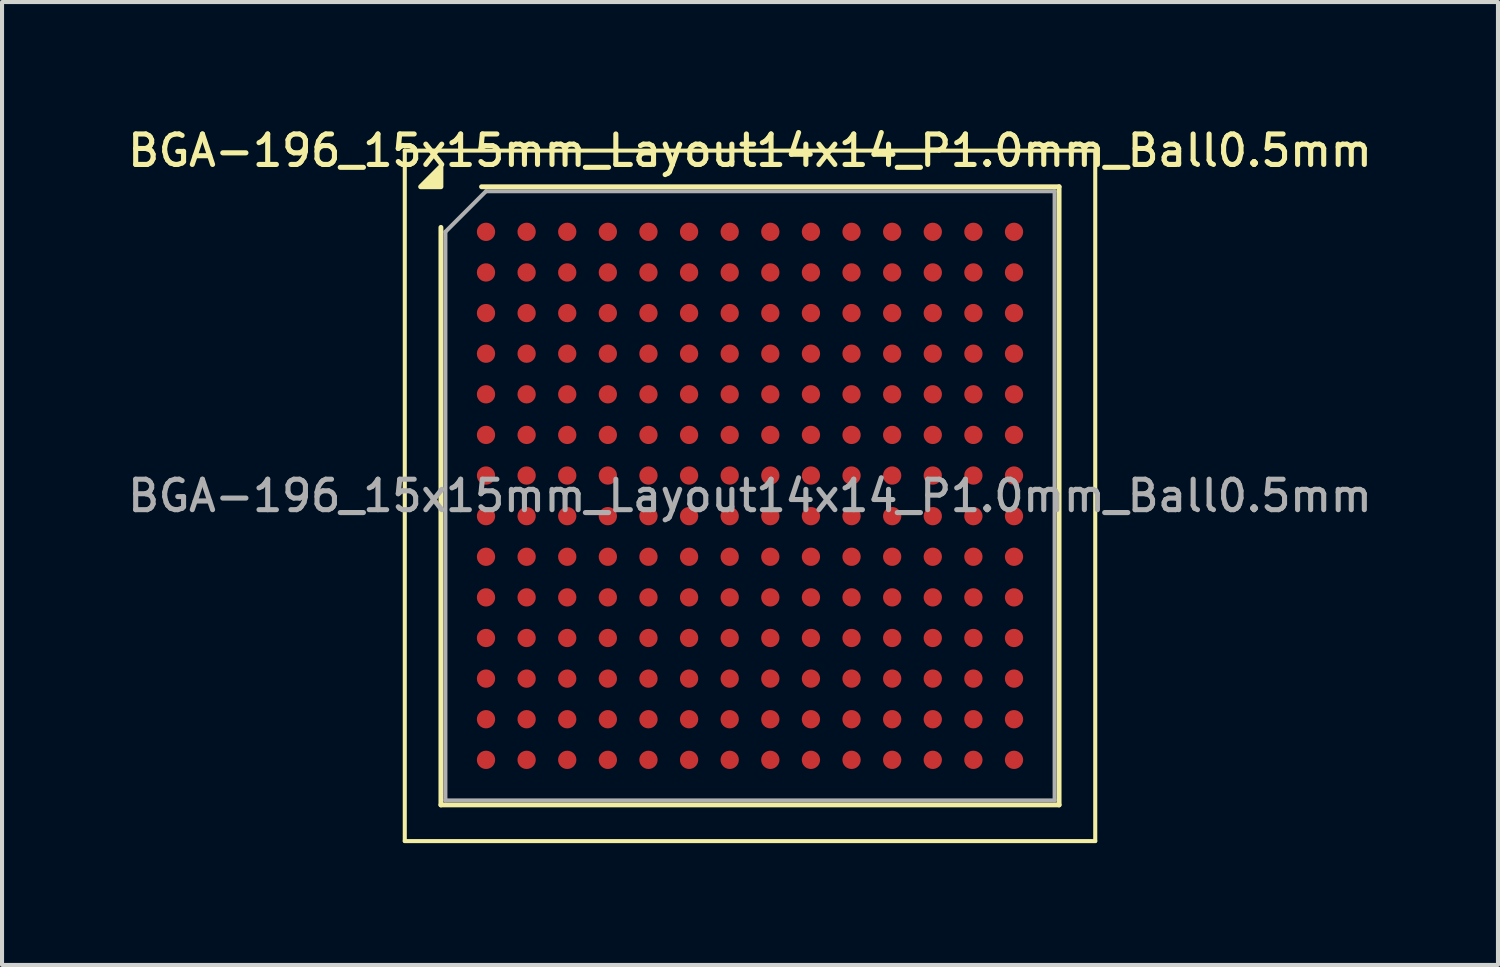
<source format=kicad_pcb>
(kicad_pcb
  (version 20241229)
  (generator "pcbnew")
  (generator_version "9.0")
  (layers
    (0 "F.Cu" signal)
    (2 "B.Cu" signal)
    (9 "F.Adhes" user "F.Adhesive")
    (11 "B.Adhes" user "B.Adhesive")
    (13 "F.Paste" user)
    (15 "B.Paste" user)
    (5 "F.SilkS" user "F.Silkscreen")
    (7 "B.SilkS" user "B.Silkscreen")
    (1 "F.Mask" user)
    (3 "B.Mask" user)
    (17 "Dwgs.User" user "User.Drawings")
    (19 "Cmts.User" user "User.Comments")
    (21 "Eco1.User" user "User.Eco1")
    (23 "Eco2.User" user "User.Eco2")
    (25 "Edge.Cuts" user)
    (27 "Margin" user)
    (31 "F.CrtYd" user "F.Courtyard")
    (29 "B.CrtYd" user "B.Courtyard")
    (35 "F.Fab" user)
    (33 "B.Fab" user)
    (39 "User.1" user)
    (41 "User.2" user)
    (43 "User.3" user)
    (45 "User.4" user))
  (footprint "BGA-196_15x15mm_Layout14x14_P1.0mm_Ball0.5mm"
    (layer "F.Cu")
    (at 15.416 9.158)
    (property "Reference" "BGA-196_15x15mm_Layout14x14_P1.0mm_Ball0.5mm" (at 0 -8.5 0) (layer "F.SilkS") (effects (font (size 0.75 0.75) (thickness 0.125))))
    (attr smd)
    (fp_line (start -8.5 -8.5) (end -8.5 8.5) (stroke (width 0.1) (type solid)) (layer "F.SilkS"))
    (fp_line (start -8.5 8.5) (end 8.5 8.5) (stroke (width 0.1) (type solid)) (layer "F.SilkS"))
    (fp_line (start -7.61 7.61) (end -7.61 -6.61) (stroke (width 0.12) (type solid)) (layer "F.SilkS"))
    (fp_line (start -6.61 -7.61) (end 7.61 -7.61) (stroke (width 0.12) (type solid)) (layer "F.SilkS"))
    (fp_line (start 7.61 -7.61) (end 7.61 7.61) (stroke (width 0.12) (type solid)) (layer "F.SilkS"))
    (fp_line (start 7.61 7.61) (end -7.61 7.61) (stroke (width 0.12) (type solid)) (layer "F.SilkS"))
    (fp_line (start 8.5 -8.5) (end -8.5 -8.5) (stroke (width 0.1) (type solid)) (layer "F.SilkS"))
    (fp_line (start 8.5 8.5) (end 8.5 -8.5) (stroke (width 0.1) (type solid)) (layer "F.SilkS"))
    (fp_poly (pts (xy -7.61 -7.61) (xy -8.11 -7.61) (xy -7.61 -8.11) (xy -7.61 -7.61)) (stroke (width 0.12) (type solid)) (fill yes) (layer "F.SilkS"))
    (fp_line (start -7.5 -6.5) (end -6.5 -7.5) (stroke (width 0.1) (type solid)) (layer "F.Fab"))
    (fp_line (start -7.5 7.5) (end -7.5 -6.5) (stroke (width 0.1) (type solid)) (layer "F.Fab"))
    (fp_line (start -6.5 -7.5) (end 7.5 -7.5) (stroke (width 0.1) (type solid)) (layer "F.Fab"))
    (fp_line (start 7.5 -7.5) (end 7.5 7.5) (stroke (width 0.1) (type solid)) (layer "F.Fab"))
    (fp_line (start 7.5 7.5) (end -7.5 7.5) (stroke (width 0.1) (type solid)) (layer "F.Fab"))
    (fp_text user "${REFERENCE}" (at 0 0 0) (layer "F.Fab") (effects (font (size 0.75 0.75) (thickness 0.125))))
    (pad "A1" smd circle (at -6.5 -6.5) (size 0.45 0.45) (property pad_prop_bga) (layers "F.Cu" "F.Mask" "F.Paste"))
    (pad "A2" smd circle (at -5.5 -6.5) (size 0.45 0.45) (property pad_prop_bga) (layers "F.Cu" "F.Mask" "F.Paste"))
    (pad "A3" smd circle (at -4.5 -6.5) (size 0.45 0.45) (property pad_prop_bga) (layers "F.Cu" "F.Mask" "F.Paste"))
    (pad "A4" smd circle (at -3.5 -6.5) (size 0.45 0.45) (property pad_prop_bga) (layers "F.Cu" "F.Mask" "F.Paste"))
    (pad "A5" smd circle (at -2.5 -6.5) (size 0.45 0.45) (property pad_prop_bga) (layers "F.Cu" "F.Mask" "F.Paste"))
    (pad "A6" smd circle (at -1.5 -6.5) (size 0.45 0.45) (property pad_prop_bga) (layers "F.Cu" "F.Mask" "F.Paste"))
    (pad "A7" smd circle (at -0.5 -6.5) (size 0.45 0.45) (property pad_prop_bga) (layers "F.Cu" "F.Mask" "F.Paste"))
    (pad "A8" smd circle (at 0.5 -6.5) (size 0.45 0.45) (property pad_prop_bga) (layers "F.Cu" "F.Mask" "F.Paste"))
    (pad "A9" smd circle (at 1.5 -6.5) (size 0.45 0.45) (property pad_prop_bga) (layers "F.Cu" "F.Mask" "F.Paste"))
    (pad "A10" smd circle (at 2.5 -6.5) (size 0.45 0.45) (property pad_prop_bga) (layers "F.Cu" "F.Mask" "F.Paste"))
    (pad "A11" smd circle (at 3.5 -6.5) (size 0.45 0.45) (property pad_prop_bga) (layers "F.Cu" "F.Mask" "F.Paste"))
    (pad "A12" smd circle (at 4.5 -6.5) (size 0.45 0.45) (property pad_prop_bga) (layers "F.Cu" "F.Mask" "F.Paste"))
    (pad "A13" smd circle (at 5.5 -6.5) (size 0.45 0.45) (property pad_prop_bga) (layers "F.Cu" "F.Mask" "F.Paste"))
    (pad "A14" smd circle (at 6.5 -6.5) (size 0.45 0.45) (property pad_prop_bga) (layers "F.Cu" "F.Mask" "F.Paste"))
    (pad "B1" smd circle (at -6.5 -5.5) (size 0.45 0.45) (property pad_prop_bga) (layers "F.Cu" "F.Mask" "F.Paste"))
    (pad "B2" smd circle (at -5.5 -5.5) (size 0.45 0.45) (property pad_prop_bga) (layers "F.Cu" "F.Mask" "F.Paste"))
    (pad "B3" smd circle (at -4.5 -5.5) (size 0.45 0.45) (property pad_prop_bga) (layers "F.Cu" "F.Mask" "F.Paste"))
    (pad "B4" smd circle (at -3.5 -5.5) (size 0.45 0.45) (property pad_prop_bga) (layers "F.Cu" "F.Mask" "F.Paste"))
    (pad "B5" smd circle (at -2.5 -5.5) (size 0.45 0.45) (property pad_prop_bga) (layers "F.Cu" "F.Mask" "F.Paste"))
    (pad "B6" smd circle (at -1.5 -5.5) (size 0.45 0.45) (property pad_prop_bga) (layers "F.Cu" "F.Mask" "F.Paste"))
    (pad "B7" smd circle (at -0.5 -5.5) (size 0.45 0.45) (property pad_prop_bga) (layers "F.Cu" "F.Mask" "F.Paste"))
    (pad "B8" smd circle (at 0.5 -5.5) (size 0.45 0.45) (property pad_prop_bga) (layers "F.Cu" "F.Mask" "F.Paste"))
    (pad "B9" smd circle (at 1.5 -5.5) (size 0.45 0.45) (property pad_prop_bga) (layers "F.Cu" "F.Mask" "F.Paste"))
    (pad "B10" smd circle (at 2.5 -5.5) (size 0.45 0.45) (property pad_prop_bga) (layers "F.Cu" "F.Mask" "F.Paste"))
    (pad "B11" smd circle (at 3.5 -5.5) (size 0.45 0.45) (property pad_prop_bga) (layers "F.Cu" "F.Mask" "F.Paste"))
    (pad "B12" smd circle (at 4.5 -5.5) (size 0.45 0.45) (property pad_prop_bga) (layers "F.Cu" "F.Mask" "F.Paste"))
    (pad "B13" smd circle (at 5.5 -5.5) (size 0.45 0.45) (property pad_prop_bga) (layers "F.Cu" "F.Mask" "F.Paste"))
    (pad "B14" smd circle (at 6.5 -5.5) (size 0.45 0.45) (property pad_prop_bga) (layers "F.Cu" "F.Mask" "F.Paste"))
    (pad "C1" smd circle (at -6.5 -4.5) (size 0.45 0.45) (property pad_prop_bga) (layers "F.Cu" "F.Mask" "F.Paste"))
    (pad "C2" smd circle (at -5.5 -4.5) (size 0.45 0.45) (property pad_prop_bga) (layers "F.Cu" "F.Mask" "F.Paste"))
    (pad "C3" smd circle (at -4.5 -4.5) (size 0.45 0.45) (property pad_prop_bga) (layers "F.Cu" "F.Mask" "F.Paste"))
    (pad "C4" smd circle (at -3.5 -4.5) (size 0.45 0.45) (property pad_prop_bga) (layers "F.Cu" "F.Mask" "F.Paste"))
    (pad "C5" smd circle (at -2.5 -4.5) (size 0.45 0.45) (property pad_prop_bga) (layers "F.Cu" "F.Mask" "F.Paste"))
    (pad "C6" smd circle (at -1.5 -4.5) (size 0.45 0.45) (property pad_prop_bga) (layers "F.Cu" "F.Mask" "F.Paste"))
    (pad "C7" smd circle (at -0.5 -4.5) (size 0.45 0.45) (property pad_prop_bga) (layers "F.Cu" "F.Mask" "F.Paste"))
    (pad "C8" smd circle (at 0.5 -4.5) (size 0.45 0.45) (property pad_prop_bga) (layers "F.Cu" "F.Mask" "F.Paste"))
    (pad "C9" smd circle (at 1.5 -4.5) (size 0.45 0.45) (property pad_prop_bga) (layers "F.Cu" "F.Mask" "F.Paste"))
    (pad "C10" smd circle (at 2.5 -4.5) (size 0.45 0.45) (property pad_prop_bga) (layers "F.Cu" "F.Mask" "F.Paste"))
    (pad "C11" smd circle (at 3.5 -4.5) (size 0.45 0.45) (property pad_prop_bga) (layers "F.Cu" "F.Mask" "F.Paste"))
    (pad "C12" smd circle (at 4.5 -4.5) (size 0.45 0.45) (property pad_prop_bga) (layers "F.Cu" "F.Mask" "F.Paste"))
    (pad "C13" smd circle (at 5.5 -4.5) (size 0.45 0.45) (property pad_prop_bga) (layers "F.Cu" "F.Mask" "F.Paste"))
    (pad "C14" smd circle (at 6.5 -4.5) (size 0.45 0.45) (property pad_prop_bga) (layers "F.Cu" "F.Mask" "F.Paste"))
    (pad "D1" smd circle (at -6.5 -3.5) (size 0.45 0.45) (property pad_prop_bga) (layers "F.Cu" "F.Mask" "F.Paste"))
    (pad "D2" smd circle (at -5.5 -3.5) (size 0.45 0.45) (property pad_prop_bga) (layers "F.Cu" "F.Mask" "F.Paste"))
    (pad "D3" smd circle (at -4.5 -3.5) (size 0.45 0.45) (property pad_prop_bga) (layers "F.Cu" "F.Mask" "F.Paste"))
    (pad "D4" smd circle (at -3.5 -3.5) (size 0.45 0.45) (property pad_prop_bga) (layers "F.Cu" "F.Mask" "F.Paste"))
    (pad "D5" smd circle (at -2.5 -3.5) (size 0.45 0.45) (property pad_prop_bga) (layers "F.Cu" "F.Mask" "F.Paste"))
    (pad "D6" smd circle (at -1.5 -3.5) (size 0.45 0.45) (property pad_prop_bga) (layers "F.Cu" "F.Mask" "F.Paste"))
    (pad "D7" smd circle (at -0.5 -3.5) (size 0.45 0.45) (property pad_prop_bga) (layers "F.Cu" "F.Mask" "F.Paste"))
    (pad "D8" smd circle (at 0.5 -3.5) (size 0.45 0.45) (property pad_prop_bga) (layers "F.Cu" "F.Mask" "F.Paste"))
    (pad "D9" smd circle (at 1.5 -3.5) (size 0.45 0.45) (property pad_prop_bga) (layers "F.Cu" "F.Mask" "F.Paste"))
    (pad "D10" smd circle (at 2.5 -3.5) (size 0.45 0.45) (property pad_prop_bga) (layers "F.Cu" "F.Mask" "F.Paste"))
    (pad "D11" smd circle (at 3.5 -3.5) (size 0.45 0.45) (property pad_prop_bga) (layers "F.Cu" "F.Mask" "F.Paste"))
    (pad "D12" smd circle (at 4.5 -3.5) (size 0.45 0.45) (property pad_prop_bga) (layers "F.Cu" "F.Mask" "F.Paste"))
    (pad "D13" smd circle (at 5.5 -3.5) (size 0.45 0.45) (property pad_prop_bga) (layers "F.Cu" "F.Mask" "F.Paste"))
    (pad "D14" smd circle (at 6.5 -3.5) (size 0.45 0.45) (property pad_prop_bga) (layers "F.Cu" "F.Mask" "F.Paste"))
    (pad "E1" smd circle (at -6.5 -2.5) (size 0.45 0.45) (property pad_prop_bga) (layers "F.Cu" "F.Mask" "F.Paste"))
    (pad "E2" smd circle (at -5.5 -2.5) (size 0.45 0.45) (property pad_prop_bga) (layers "F.Cu" "F.Mask" "F.Paste"))
    (pad "E3" smd circle (at -4.5 -2.5) (size 0.45 0.45) (property pad_prop_bga) (layers "F.Cu" "F.Mask" "F.Paste"))
    (pad "E4" smd circle (at -3.5 -2.5) (size 0.45 0.45) (property pad_prop_bga) (layers "F.Cu" "F.Mask" "F.Paste"))
    (pad "E5" smd circle (at -2.5 -2.5) (size 0.45 0.45) (property pad_prop_bga) (layers "F.Cu" "F.Mask" "F.Paste"))
    (pad "E6" smd circle (at -1.5 -2.5) (size 0.45 0.45) (property pad_prop_bga) (layers "F.Cu" "F.Mask" "F.Paste"))
    (pad "E7" smd circle (at -0.5 -2.5) (size 0.45 0.45) (property pad_prop_bga) (layers "F.Cu" "F.Mask" "F.Paste"))
    (pad "E8" smd circle (at 0.5 -2.5) (size 0.45 0.45) (property pad_prop_bga) (layers "F.Cu" "F.Mask" "F.Paste"))
    (pad "E9" smd circle (at 1.5 -2.5) (size 0.45 0.45) (property pad_prop_bga) (layers "F.Cu" "F.Mask" "F.Paste"))
    (pad "E10" smd circle (at 2.5 -2.5) (size 0.45 0.45) (property pad_prop_bga) (layers "F.Cu" "F.Mask" "F.Paste"))
    (pad "E11" smd circle (at 3.5 -2.5) (size 0.45 0.45) (property pad_prop_bga) (layers "F.Cu" "F.Mask" "F.Paste"))
    (pad "E12" smd circle (at 4.5 -2.5) (size 0.45 0.45) (property pad_prop_bga) (layers "F.Cu" "F.Mask" "F.Paste"))
    (pad "E13" smd circle (at 5.5 -2.5) (size 0.45 0.45) (property pad_prop_bga) (layers "F.Cu" "F.Mask" "F.Paste"))
    (pad "E14" smd circle (at 6.5 -2.5) (size 0.45 0.45) (property pad_prop_bga) (layers "F.Cu" "F.Mask" "F.Paste"))
    (pad "F1" smd circle (at -6.5 -1.5) (size 0.45 0.45) (property pad_prop_bga) (layers "F.Cu" "F.Mask" "F.Paste"))
    (pad "F2" smd circle (at -5.5 -1.5) (size 0.45 0.45) (property pad_prop_bga) (layers "F.Cu" "F.Mask" "F.Paste"))
    (pad "F3" smd circle (at -4.5 -1.5) (size 0.45 0.45) (property pad_prop_bga) (layers "F.Cu" "F.Mask" "F.Paste"))
    (pad "F4" smd circle (at -3.5 -1.5) (size 0.45 0.45) (property pad_prop_bga) (layers "F.Cu" "F.Mask" "F.Paste"))
    (pad "F5" smd circle (at -2.5 -1.5) (size 0.45 0.45) (property pad_prop_bga) (layers "F.Cu" "F.Mask" "F.Paste"))
    (pad "F6" smd circle (at -1.5 -1.5) (size 0.45 0.45) (property pad_prop_bga) (layers "F.Cu" "F.Mask" "F.Paste"))
    (pad "F7" smd circle (at -0.5 -1.5) (size 0.45 0.45) (property pad_prop_bga) (layers "F.Cu" "F.Mask" "F.Paste"))
    (pad "F8" smd circle (at 0.5 -1.5) (size 0.45 0.45) (property pad_prop_bga) (layers "F.Cu" "F.Mask" "F.Paste"))
    (pad "F9" smd circle (at 1.5 -1.5) (size 0.45 0.45) (property pad_prop_bga) (layers "F.Cu" "F.Mask" "F.Paste"))
    (pad "F10" smd circle (at 2.5 -1.5) (size 0.45 0.45) (property pad_prop_bga) (layers "F.Cu" "F.Mask" "F.Paste"))
    (pad "F11" smd circle (at 3.5 -1.5) (size 0.45 0.45) (property pad_prop_bga) (layers "F.Cu" "F.Mask" "F.Paste"))
    (pad "F12" smd circle (at 4.5 -1.5) (size 0.45 0.45) (property pad_prop_bga) (layers "F.Cu" "F.Mask" "F.Paste"))
    (pad "F13" smd circle (at 5.5 -1.5) (size 0.45 0.45) (property pad_prop_bga) (layers "F.Cu" "F.Mask" "F.Paste"))
    (pad "F14" smd circle (at 6.5 -1.5) (size 0.45 0.45) (property pad_prop_bga) (layers "F.Cu" "F.Mask" "F.Paste"))
    (pad "G1" smd circle (at -6.5 -0.5) (size 0.45 0.45) (property pad_prop_bga) (layers "F.Cu" "F.Mask" "F.Paste"))
    (pad "G2" smd circle (at -5.5 -0.5) (size 0.45 0.45) (property pad_prop_bga) (layers "F.Cu" "F.Mask" "F.Paste"))
    (pad "G3" smd circle (at -4.5 -0.5) (size 0.45 0.45) (property pad_prop_bga) (layers "F.Cu" "F.Mask" "F.Paste"))
    (pad "G4" smd circle (at -3.5 -0.5) (size 0.45 0.45) (property pad_prop_bga) (layers "F.Cu" "F.Mask" "F.Paste"))
    (pad "G5" smd circle (at -2.5 -0.5) (size 0.45 0.45) (property pad_prop_bga) (layers "F.Cu" "F.Mask" "F.Paste"))
    (pad "G6" smd circle (at -1.5 -0.5) (size 0.45 0.45) (property pad_prop_bga) (layers "F.Cu" "F.Mask" "F.Paste"))
    (pad "G7" smd circle (at -0.5 -0.5) (size 0.45 0.45) (property pad_prop_bga) (layers "F.Cu" "F.Mask" "F.Paste"))
    (pad "G8" smd circle (at 0.5 -0.5) (size 0.45 0.45) (property pad_prop_bga) (layers "F.Cu" "F.Mask" "F.Paste"))
    (pad "G9" smd circle (at 1.5 -0.5) (size 0.45 0.45) (property pad_prop_bga) (layers "F.Cu" "F.Mask" "F.Paste"))
    (pad "G10" smd circle (at 2.5 -0.5) (size 0.45 0.45) (property pad_prop_bga) (layers "F.Cu" "F.Mask" "F.Paste"))
    (pad "G11" smd circle (at 3.5 -0.5) (size 0.45 0.45) (property pad_prop_bga) (layers "F.Cu" "F.Mask" "F.Paste"))
    (pad "G12" smd circle (at 4.5 -0.5) (size 0.45 0.45) (property pad_prop_bga) (layers "F.Cu" "F.Mask" "F.Paste"))
    (pad "G13" smd circle (at 5.5 -0.5) (size 0.45 0.45) (property pad_prop_bga) (layers "F.Cu" "F.Mask" "F.Paste"))
    (pad "G14" smd circle (at 6.5 -0.5) (size 0.45 0.45) (property pad_prop_bga) (layers "F.Cu" "F.Mask" "F.Paste"))
    (pad "H1" smd circle (at -6.5 0.5) (size 0.45 0.45) (property pad_prop_bga) (layers "F.Cu" "F.Mask" "F.Paste"))
    (pad "H2" smd circle (at -5.5 0.5) (size 0.45 0.45) (property pad_prop_bga) (layers "F.Cu" "F.Mask" "F.Paste"))
    (pad "H3" smd circle (at -4.5 0.5) (size 0.45 0.45) (property pad_prop_bga) (layers "F.Cu" "F.Mask" "F.Paste"))
    (pad "H4" smd circle (at -3.5 0.5) (size 0.45 0.45) (property pad_prop_bga) (layers "F.Cu" "F.Mask" "F.Paste"))
    (pad "H5" smd circle (at -2.5 0.5) (size 0.45 0.45) (property pad_prop_bga) (layers "F.Cu" "F.Mask" "F.Paste"))
    (pad "H6" smd circle (at -1.5 0.5) (size 0.45 0.45) (property pad_prop_bga) (layers "F.Cu" "F.Mask" "F.Paste"))
    (pad "H7" smd circle (at -0.5 0.5) (size 0.45 0.45) (property pad_prop_bga) (layers "F.Cu" "F.Mask" "F.Paste"))
    (pad "H8" smd circle (at 0.5 0.5) (size 0.45 0.45) (property pad_prop_bga) (layers "F.Cu" "F.Mask" "F.Paste"))
    (pad "H9" smd circle (at 1.5 0.5) (size 0.45 0.45) (property pad_prop_bga) (layers "F.Cu" "F.Mask" "F.Paste"))
    (pad "H10" smd circle (at 2.5 0.5) (size 0.45 0.45) (property pad_prop_bga) (layers "F.Cu" "F.Mask" "F.Paste"))
    (pad "H11" smd circle (at 3.5 0.5) (size 0.45 0.45) (property pad_prop_bga) (layers "F.Cu" "F.Mask" "F.Paste"))
    (pad "H12" smd circle (at 4.5 0.5) (size 0.45 0.45) (property pad_prop_bga) (layers "F.Cu" "F.Mask" "F.Paste"))
    (pad "H13" smd circle (at 5.5 0.5) (size 0.45 0.45) (property pad_prop_bga) (layers "F.Cu" "F.Mask" "F.Paste"))
    (pad "H14" smd circle (at 6.5 0.5) (size 0.45 0.45) (property pad_prop_bga) (layers "F.Cu" "F.Mask" "F.Paste"))
    (pad "J1" smd circle (at -6.5 1.5) (size 0.45 0.45) (property pad_prop_bga) (layers "F.Cu" "F.Mask" "F.Paste"))
    (pad "J2" smd circle (at -5.5 1.5) (size 0.45 0.45) (property pad_prop_bga) (layers "F.Cu" "F.Mask" "F.Paste"))
    (pad "J3" smd circle (at -4.5 1.5) (size 0.45 0.45) (property pad_prop_bga) (layers "F.Cu" "F.Mask" "F.Paste"))
    (pad "J4" smd circle (at -3.5 1.5) (size 0.45 0.45) (property pad_prop_bga) (layers "F.Cu" "F.Mask" "F.Paste"))
    (pad "J5" smd circle (at -2.5 1.5) (size 0.45 0.45) (property pad_prop_bga) (layers "F.Cu" "F.Mask" "F.Paste"))
    (pad "J6" smd circle (at -1.5 1.5) (size 0.45 0.45) (property pad_prop_bga) (layers "F.Cu" "F.Mask" "F.Paste"))
    (pad "J7" smd circle (at -0.5 1.5) (size 0.45 0.45) (property pad_prop_bga) (layers "F.Cu" "F.Mask" "F.Paste"))
    (pad "J8" smd circle (at 0.5 1.5) (size 0.45 0.45) (property pad_prop_bga) (layers "F.Cu" "F.Mask" "F.Paste"))
    (pad "J9" smd circle (at 1.5 1.5) (size 0.45 0.45) (property pad_prop_bga) (layers "F.Cu" "F.Mask" "F.Paste"))
    (pad "J10" smd circle (at 2.5 1.5) (size 0.45 0.45) (property pad_prop_bga) (layers "F.Cu" "F.Mask" "F.Paste"))
    (pad "J11" smd circle (at 3.5 1.5) (size 0.45 0.45) (property pad_prop_bga) (layers "F.Cu" "F.Mask" "F.Paste"))
    (pad "J12" smd circle (at 4.5 1.5) (size 0.45 0.45) (property pad_prop_bga) (layers "F.Cu" "F.Mask" "F.Paste"))
    (pad "J13" smd circle (at 5.5 1.5) (size 0.45 0.45) (property pad_prop_bga) (layers "F.Cu" "F.Mask" "F.Paste"))
    (pad "J14" smd circle (at 6.5 1.5) (size 0.45 0.45) (property pad_prop_bga) (layers "F.Cu" "F.Mask" "F.Paste"))
    (pad "K1" smd circle (at -6.5 2.5) (size 0.45 0.45) (property pad_prop_bga) (layers "F.Cu" "F.Mask" "F.Paste"))
    (pad "K2" smd circle (at -5.5 2.5) (size 0.45 0.45) (property pad_prop_bga) (layers "F.Cu" "F.Mask" "F.Paste"))
    (pad "K3" smd circle (at -4.5 2.5) (size 0.45 0.45) (property pad_prop_bga) (layers "F.Cu" "F.Mask" "F.Paste"))
    (pad "K4" smd circle (at -3.5 2.5) (size 0.45 0.45) (property pad_prop_bga) (layers "F.Cu" "F.Mask" "F.Paste"))
    (pad "K5" smd circle (at -2.5 2.5) (size 0.45 0.45) (property pad_prop_bga) (layers "F.Cu" "F.Mask" "F.Paste"))
    (pad "K6" smd circle (at -1.5 2.5) (size 0.45 0.45) (property pad_prop_bga) (layers "F.Cu" "F.Mask" "F.Paste"))
    (pad "K7" smd circle (at -0.5 2.5) (size 0.45 0.45) (property pad_prop_bga) (layers "F.Cu" "F.Mask" "F.Paste"))
    (pad "K8" smd circle (at 0.5 2.5) (size 0.45 0.45) (property pad_prop_bga) (layers "F.Cu" "F.Mask" "F.Paste"))
    (pad "K9" smd circle (at 1.5 2.5) (size 0.45 0.45) (property pad_prop_bga) (layers "F.Cu" "F.Mask" "F.Paste"))
    (pad "K10" smd circle (at 2.5 2.5) (size 0.45 0.45) (property pad_prop_bga) (layers "F.Cu" "F.Mask" "F.Paste"))
    (pad "K11" smd circle (at 3.5 2.5) (size 0.45 0.45) (property pad_prop_bga) (layers "F.Cu" "F.Mask" "F.Paste"))
    (pad "K12" smd circle (at 4.5 2.5) (size 0.45 0.45) (property pad_prop_bga) (layers "F.Cu" "F.Mask" "F.Paste"))
    (pad "K13" smd circle (at 5.5 2.5) (size 0.45 0.45) (property pad_prop_bga) (layers "F.Cu" "F.Mask" "F.Paste"))
    (pad "K14" smd circle (at 6.5 2.5) (size 0.45 0.45) (property pad_prop_bga) (layers "F.Cu" "F.Mask" "F.Paste"))
    (pad "L1" smd circle (at -6.5 3.5) (size 0.45 0.45) (property pad_prop_bga) (layers "F.Cu" "F.Mask" "F.Paste"))
    (pad "L2" smd circle (at -5.5 3.5) (size 0.45 0.45) (property pad_prop_bga) (layers "F.Cu" "F.Mask" "F.Paste"))
    (pad "L3" smd circle (at -4.5 3.5) (size 0.45 0.45) (property pad_prop_bga) (layers "F.Cu" "F.Mask" "F.Paste"))
    (pad "L4" smd circle (at -3.5 3.5) (size 0.45 0.45) (property pad_prop_bga) (layers "F.Cu" "F.Mask" "F.Paste"))
    (pad "L5" smd circle (at -2.5 3.5) (size 0.45 0.45) (property pad_prop_bga) (layers "F.Cu" "F.Mask" "F.Paste"))
    (pad "L6" smd circle (at -1.5 3.5) (size 0.45 0.45) (property pad_prop_bga) (layers "F.Cu" "F.Mask" "F.Paste"))
    (pad "L7" smd circle (at -0.5 3.5) (size 0.45 0.45) (property pad_prop_bga) (layers "F.Cu" "F.Mask" "F.Paste"))
    (pad "L8" smd circle (at 0.5 3.5) (size 0.45 0.45) (property pad_prop_bga) (layers "F.Cu" "F.Mask" "F.Paste"))
    (pad "L9" smd circle (at 1.5 3.5) (size 0.45 0.45) (property pad_prop_bga) (layers "F.Cu" "F.Mask" "F.Paste"))
    (pad "L10" smd circle (at 2.5 3.5) (size 0.45 0.45) (property pad_prop_bga) (layers "F.Cu" "F.Mask" "F.Paste"))
    (pad "L11" smd circle (at 3.5 3.5) (size 0.45 0.45) (property pad_prop_bga) (layers "F.Cu" "F.Mask" "F.Paste"))
    (pad "L12" smd circle (at 4.5 3.5) (size 0.45 0.45) (property pad_prop_bga) (layers "F.Cu" "F.Mask" "F.Paste"))
    (pad "L13" smd circle (at 5.5 3.5) (size 0.45 0.45) (property pad_prop_bga) (layers "F.Cu" "F.Mask" "F.Paste"))
    (pad "L14" smd circle (at 6.5 3.5) (size 0.45 0.45) (property pad_prop_bga) (layers "F.Cu" "F.Mask" "F.Paste"))
    (pad "M1" smd circle (at -6.5 4.5) (size 0.45 0.45) (property pad_prop_bga) (layers "F.Cu" "F.Mask" "F.Paste"))
    (pad "M2" smd circle (at -5.5 4.5) (size 0.45 0.45) (property pad_prop_bga) (layers "F.Cu" "F.Mask" "F.Paste"))
    (pad "M3" smd circle (at -4.5 4.5) (size 0.45 0.45) (property pad_prop_bga) (layers "F.Cu" "F.Mask" "F.Paste"))
    (pad "M4" smd circle (at -3.5 4.5) (size 0.45 0.45) (property pad_prop_bga) (layers "F.Cu" "F.Mask" "F.Paste"))
    (pad "M5" smd circle (at -2.5 4.5) (size 0.45 0.45) (property pad_prop_bga) (layers "F.Cu" "F.Mask" "F.Paste"))
    (pad "M6" smd circle (at -1.5 4.5) (size 0.45 0.45) (property pad_prop_bga) (layers "F.Cu" "F.Mask" "F.Paste"))
    (pad "M7" smd circle (at -0.5 4.5) (size 0.45 0.45) (property pad_prop_bga) (layers "F.Cu" "F.Mask" "F.Paste"))
    (pad "M8" smd circle (at 0.5 4.5) (size 0.45 0.45) (property pad_prop_bga) (layers "F.Cu" "F.Mask" "F.Paste"))
    (pad "M9" smd circle (at 1.5 4.5) (size 0.45 0.45) (property pad_prop_bga) (layers "F.Cu" "F.Mask" "F.Paste"))
    (pad "M10" smd circle (at 2.5 4.5) (size 0.45 0.45) (property pad_prop_bga) (layers "F.Cu" "F.Mask" "F.Paste"))
    (pad "M11" smd circle (at 3.5 4.5) (size 0.45 0.45) (property pad_prop_bga) (layers "F.Cu" "F.Mask" "F.Paste"))
    (pad "M12" smd circle (at 4.5 4.5) (size 0.45 0.45) (property pad_prop_bga) (layers "F.Cu" "F.Mask" "F.Paste"))
    (pad "M13" smd circle (at 5.5 4.5) (size 0.45 0.45) (property pad_prop_bga) (layers "F.Cu" "F.Mask" "F.Paste"))
    (pad "M14" smd circle (at 6.5 4.5) (size 0.45 0.45) (property pad_prop_bga) (layers "F.Cu" "F.Mask" "F.Paste"))
    (pad "N1" smd circle (at -6.5 5.5) (size 0.45 0.45) (property pad_prop_bga) (layers "F.Cu" "F.Mask" "F.Paste"))
    (pad "N2" smd circle (at -5.5 5.5) (size 0.45 0.45) (property pad_prop_bga) (layers "F.Cu" "F.Mask" "F.Paste"))
    (pad "N3" smd circle (at -4.5 5.5) (size 0.45 0.45) (property pad_prop_bga) (layers "F.Cu" "F.Mask" "F.Paste"))
    (pad "N4" smd circle (at -3.5 5.5) (size 0.45 0.45) (property pad_prop_bga) (layers "F.Cu" "F.Mask" "F.Paste"))
    (pad "N5" smd circle (at -2.5 5.5) (size 0.45 0.45) (property pad_prop_bga) (layers "F.Cu" "F.Mask" "F.Paste"))
    (pad "N6" smd circle (at -1.5 5.5) (size 0.45 0.45) (property pad_prop_bga) (layers "F.Cu" "F.Mask" "F.Paste"))
    (pad "N7" smd circle (at -0.5 5.5) (size 0.45 0.45) (property pad_prop_bga) (layers "F.Cu" "F.Mask" "F.Paste"))
    (pad "N8" smd circle (at 0.5 5.5) (size 0.45 0.45) (property pad_prop_bga) (layers "F.Cu" "F.Mask" "F.Paste"))
    (pad "N9" smd circle (at 1.5 5.5) (size 0.45 0.45) (property pad_prop_bga) (layers "F.Cu" "F.Mask" "F.Paste"))
    (pad "N10" smd circle (at 2.5 5.5) (size 0.45 0.45) (property pad_prop_bga) (layers "F.Cu" "F.Mask" "F.Paste"))
    (pad "N11" smd circle (at 3.5 5.5) (size 0.45 0.45) (property pad_prop_bga) (layers "F.Cu" "F.Mask" "F.Paste"))
    (pad "N12" smd circle (at 4.5 5.5) (size 0.45 0.45) (property pad_prop_bga) (layers "F.Cu" "F.Mask" "F.Paste"))
    (pad "N13" smd circle (at 5.5 5.5) (size 0.45 0.45) (property pad_prop_bga) (layers "F.Cu" "F.Mask" "F.Paste"))
    (pad "N14" smd circle (at 6.5 5.5) (size 0.45 0.45) (property pad_prop_bga) (layers "F.Cu" "F.Mask" "F.Paste"))
    (pad "P1" smd circle (at -6.5 6.5) (size 0.45 0.45) (property pad_prop_bga) (layers "F.Cu" "F.Mask" "F.Paste"))
    (pad "P2" smd circle (at -5.5 6.5) (size 0.45 0.45) (property pad_prop_bga) (layers "F.Cu" "F.Mask" "F.Paste"))
    (pad "P3" smd circle (at -4.5 6.5) (size 0.45 0.45) (property pad_prop_bga) (layers "F.Cu" "F.Mask" "F.Paste"))
    (pad "P4" smd circle (at -3.5 6.5) (size 0.45 0.45) (property pad_prop_bga) (layers "F.Cu" "F.Mask" "F.Paste"))
    (pad "P5" smd circle (at -2.5 6.5) (size 0.45 0.45) (property pad_prop_bga) (layers "F.Cu" "F.Mask" "F.Paste"))
    (pad "P6" smd circle (at -1.5 6.5) (size 0.45 0.45) (property pad_prop_bga) (layers "F.Cu" "F.Mask" "F.Paste"))
    (pad "P7" smd circle (at -0.5 6.5) (size 0.45 0.45) (property pad_prop_bga) (layers "F.Cu" "F.Mask" "F.Paste"))
    (pad "P8" smd circle (at 0.5 6.5) (size 0.45 0.45) (property pad_prop_bga) (layers "F.Cu" "F.Mask" "F.Paste"))
    (pad "P9" smd circle (at 1.5 6.5) (size 0.45 0.45) (property pad_prop_bga) (layers "F.Cu" "F.Mask" "F.Paste"))
    (pad "P10" smd circle (at 2.5 6.5) (size 0.45 0.45) (property pad_prop_bga) (layers "F.Cu" "F.Mask" "F.Paste"))
    (pad "P11" smd circle (at 3.5 6.5) (size 0.45 0.45) (property pad_prop_bga) (layers "F.Cu" "F.Mask" "F.Paste"))
    (pad "P12" smd circle (at 4.5 6.5) (size 0.45 0.45) (property pad_prop_bga) (layers "F.Cu" "F.Mask" "F.Paste"))
    (pad "P13" smd circle (at 5.5 6.5) (size 0.45 0.45) (property pad_prop_bga) (layers "F.Cu" "F.Mask" "F.Paste"))
    (pad "P14" smd circle (at 6.5 6.5) (size 0.45 0.45) (property pad_prop_bga) (layers "F.Cu" "F.Mask" "F.Paste")))
  (gr_rect
    (start -3 -3)
    (end 33.832 20.708)
    (stroke (width 0.1) (type default))
    (fill no)
    (layer "Edge.Cuts")))
</source>
